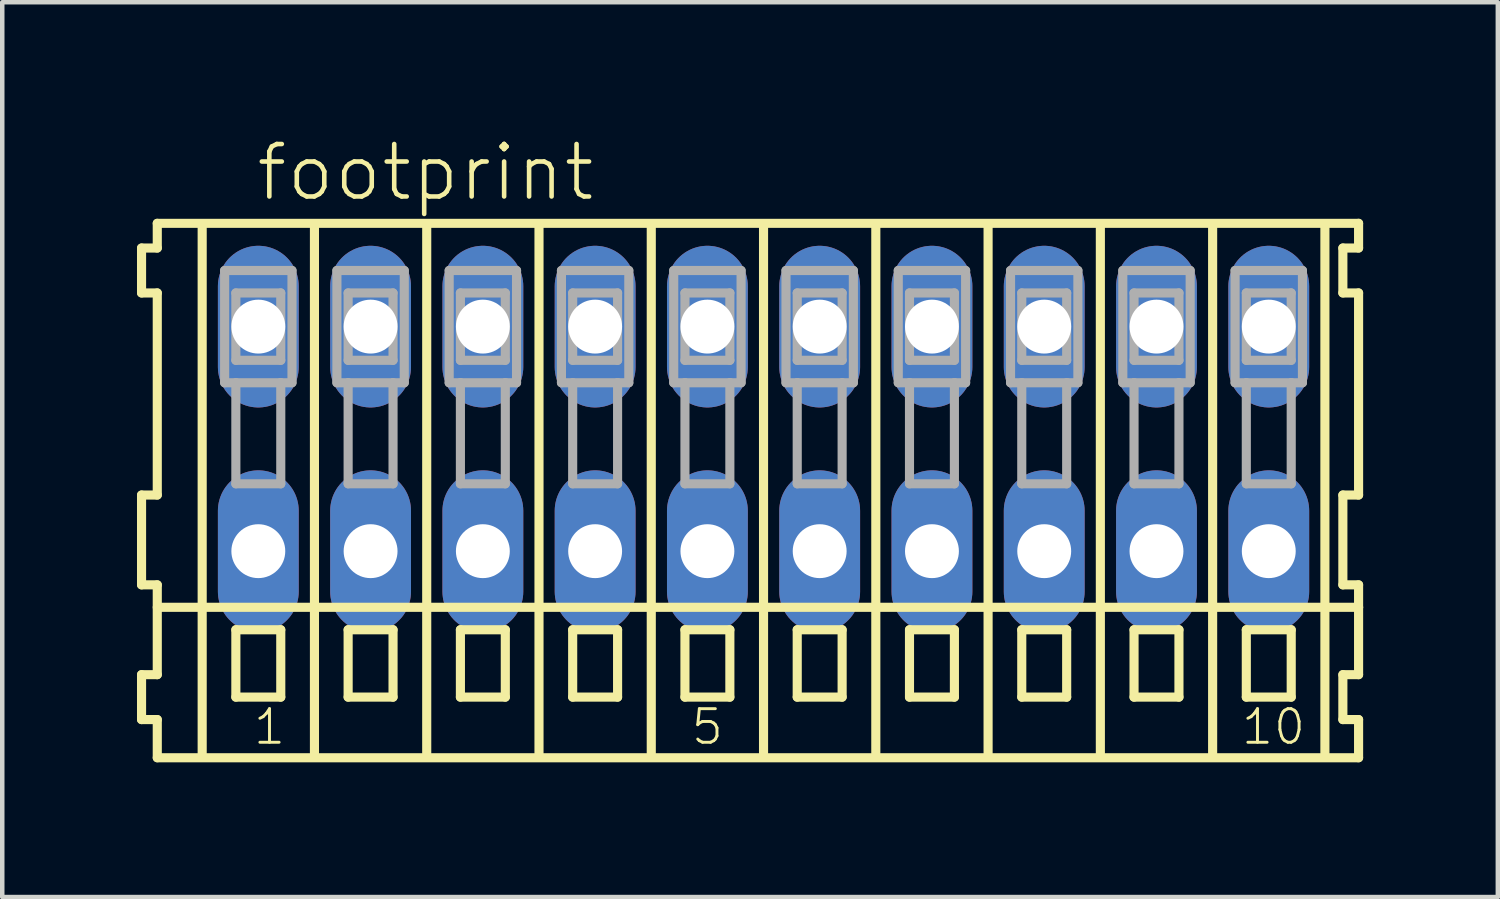
<source format=kicad_pcb>
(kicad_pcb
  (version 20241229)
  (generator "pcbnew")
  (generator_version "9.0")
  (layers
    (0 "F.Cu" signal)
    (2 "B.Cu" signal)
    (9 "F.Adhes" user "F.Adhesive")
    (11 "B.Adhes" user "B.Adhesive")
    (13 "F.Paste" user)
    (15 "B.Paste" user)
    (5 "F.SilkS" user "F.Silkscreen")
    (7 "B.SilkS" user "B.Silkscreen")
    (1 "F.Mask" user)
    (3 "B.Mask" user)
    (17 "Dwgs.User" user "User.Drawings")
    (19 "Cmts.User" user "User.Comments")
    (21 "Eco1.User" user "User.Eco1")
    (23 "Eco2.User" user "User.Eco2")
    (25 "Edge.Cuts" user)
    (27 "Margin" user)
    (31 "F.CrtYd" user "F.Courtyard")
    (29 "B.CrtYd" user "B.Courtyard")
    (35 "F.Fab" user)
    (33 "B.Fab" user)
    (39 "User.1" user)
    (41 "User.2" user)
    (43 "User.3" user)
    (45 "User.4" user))
  (footprint "footprint"
    (layer "F.Cu")
    (at 13.952 6.723)
    (property "Reference" "footprint" (at -11.35 -5.25 0) (layer "F.SilkS") (effects (font (size 1.168 1.168) (thickness 0.102)) (justify left bottom)))
    (fp_line (start -13.85 -4.25) (end -13.85 -3.25) (stroke (width 0.203) (type solid)) (layer "F.SilkS"))
    (fp_line (start -13.85 -3.25) (end -13.5 -3.25) (stroke (width 0.203) (type solid)) (layer "F.SilkS"))
    (fp_line (start -13.85 1.25) (end -13.85 3.25) (stroke (width 0.203) (type solid)) (layer "F.SilkS"))
    (fp_line (start -13.85 3.25) (end -13.5 3.25) (stroke (width 0.203) (type solid)) (layer "F.SilkS"))
    (fp_line (start -13.85 5.25) (end -13.85 6.25) (stroke (width 0.203) (type solid)) (layer "F.SilkS"))
    (fp_line (start -13.85 6.25) (end -13.5 6.25) (stroke (width 0.203) (type solid)) (layer "F.SilkS"))
    (fp_line (start -13.5 -4.8) (end -13.5 -4.25) (stroke (width 0.203) (type solid)) (layer "F.SilkS"))
    (fp_line (start -13.5 -4.25) (end -13.85 -4.25) (stroke (width 0.203) (type solid)) (layer "F.SilkS"))
    (fp_line (start -13.5 -3.25) (end -13.5 1.25) (stroke (width 0.203) (type solid)) (layer "F.SilkS"))
    (fp_line (start -13.5 1.25) (end -13.85 1.25) (stroke (width 0.203) (type solid)) (layer "F.SilkS"))
    (fp_line (start -13.5 3.25) (end -13.5 5.25) (stroke (width 0.203) (type solid)) (layer "F.SilkS"))
    (fp_line (start -13.5 3.75) (end 13.25 3.75) (stroke (width 0.203) (type solid)) (layer "F.SilkS"))
    (fp_line (start -13.5 5.25) (end -13.85 5.25) (stroke (width 0.203) (type solid)) (layer "F.SilkS"))
    (fp_line (start -13.5 6.25) (end -13.5 7.1) (stroke (width 0.203) (type solid)) (layer "F.SilkS"))
    (fp_line (start -13.5 7.1) (end 13.25 7.1) (stroke (width 0.203) (type solid)) (layer "F.SilkS"))
    (fp_line (start -12.5 -4.75) (end -12.5 7) (stroke (width 0.203) (type solid)) (layer "F.SilkS"))
    (fp_line (start -11.75 4.25) (end -11.75 5.75) (stroke (width 0.203) (type solid)) (layer "F.SilkS"))
    (fp_line (start -11.75 5.75) (end -10.75 5.75) (stroke (width 0.203) (type solid)) (layer "F.SilkS"))
    (fp_line (start -10.75 4.25) (end -11.75 4.25) (stroke (width 0.203) (type solid)) (layer "F.SilkS"))
    (fp_line (start -10.75 5.75) (end -10.75 4.25) (stroke (width 0.203) (type solid)) (layer "F.SilkS"))
    (fp_line (start -10 -4.75) (end -10 7) (stroke (width 0.203) (type solid)) (layer "F.SilkS"))
    (fp_line (start -9.25 4.25) (end -9.25 5.75) (stroke (width 0.203) (type solid)) (layer "F.SilkS"))
    (fp_line (start -9.25 5.75) (end -8.25 5.75) (stroke (width 0.203) (type solid)) (layer "F.SilkS"))
    (fp_line (start -8.25 4.25) (end -9.25 4.25) (stroke (width 0.203) (type solid)) (layer "F.SilkS"))
    (fp_line (start -8.25 5.75) (end -8.25 4.25) (stroke (width 0.203) (type solid)) (layer "F.SilkS"))
    (fp_line (start -7.5 -4.75) (end -7.5 7) (stroke (width 0.203) (type solid)) (layer "F.SilkS"))
    (fp_line (start -6.75 4.25) (end -6.75 5.75) (stroke (width 0.203) (type solid)) (layer "F.SilkS"))
    (fp_line (start -6.75 5.75) (end -5.75 5.75) (stroke (width 0.203) (type solid)) (layer "F.SilkS"))
    (fp_line (start -5.75 4.25) (end -6.75 4.25) (stroke (width 0.203) (type solid)) (layer "F.SilkS"))
    (fp_line (start -5.75 5.75) (end -5.75 4.25) (stroke (width 0.203) (type solid)) (layer "F.SilkS"))
    (fp_line (start -5 -4.75) (end -5 7) (stroke (width 0.203) (type solid)) (layer "F.SilkS"))
    (fp_line (start -4.25 4.25) (end -4.25 5.75) (stroke (width 0.203) (type solid)) (layer "F.SilkS"))
    (fp_line (start -4.25 5.75) (end -3.25 5.75) (stroke (width 0.203) (type solid)) (layer "F.SilkS"))
    (fp_line (start -3.25 4.25) (end -4.25 4.25) (stroke (width 0.203) (type solid)) (layer "F.SilkS"))
    (fp_line (start -3.25 5.75) (end -3.25 4.25) (stroke (width 0.203) (type solid)) (layer "F.SilkS"))
    (fp_line (start -2.5 -4.75) (end -2.5 7) (stroke (width 0.203) (type solid)) (layer "F.SilkS"))
    (fp_line (start -1.75 4.25) (end -1.75 5.75) (stroke (width 0.203) (type solid)) (layer "F.SilkS"))
    (fp_line (start -1.75 5.75) (end -0.75 5.75) (stroke (width 0.203) (type solid)) (layer "F.SilkS"))
    (fp_line (start -0.75 4.25) (end -1.75 4.25) (stroke (width 0.203) (type solid)) (layer "F.SilkS"))
    (fp_line (start -0.75 5.75) (end -0.75 4.25) (stroke (width 0.203) (type solid)) (layer "F.SilkS"))
    (fp_line (start 0 -4.75) (end 0 7) (stroke (width 0.203) (type solid)) (layer "F.SilkS"))
    (fp_line (start 0.75 4.25) (end 0.75 5.75) (stroke (width 0.203) (type solid)) (layer "F.SilkS"))
    (fp_line (start 0.75 5.75) (end 1.75 5.75) (stroke (width 0.203) (type solid)) (layer "F.SilkS"))
    (fp_line (start 1.75 4.25) (end 0.75 4.25) (stroke (width 0.203) (type solid)) (layer "F.SilkS"))
    (fp_line (start 1.75 5.75) (end 1.75 4.25) (stroke (width 0.203) (type solid)) (layer "F.SilkS"))
    (fp_line (start 2.5 -4.75) (end 2.5 7) (stroke (width 0.203) (type solid)) (layer "F.SilkS"))
    (fp_line (start 3.25 4.25) (end 3.25 5.75) (stroke (width 0.203) (type solid)) (layer "F.SilkS"))
    (fp_line (start 3.25 5.75) (end 4.25 5.75) (stroke (width 0.203) (type solid)) (layer "F.SilkS"))
    (fp_line (start 4.25 4.25) (end 3.25 4.25) (stroke (width 0.203) (type solid)) (layer "F.SilkS"))
    (fp_line (start 4.25 5.75) (end 4.25 4.25) (stroke (width 0.203) (type solid)) (layer "F.SilkS"))
    (fp_line (start 5 -4.75) (end 5 7) (stroke (width 0.203) (type solid)) (layer "F.SilkS"))
    (fp_line (start 5.75 4.25) (end 5.75 5.75) (stroke (width 0.203) (type solid)) (layer "F.SilkS"))
    (fp_line (start 5.75 5.75) (end 6.75 5.75) (stroke (width 0.203) (type solid)) (layer "F.SilkS"))
    (fp_line (start 6.75 4.25) (end 5.75 4.25) (stroke (width 0.203) (type solid)) (layer "F.SilkS"))
    (fp_line (start 6.75 5.75) (end 6.75 4.25) (stroke (width 0.203) (type solid)) (layer "F.SilkS"))
    (fp_line (start 7.5 -4.75) (end 7.5 7) (stroke (width 0.203) (type solid)) (layer "F.SilkS"))
    (fp_line (start 8.25 4.25) (end 8.25 5.75) (stroke (width 0.203) (type solid)) (layer "F.SilkS"))
    (fp_line (start 8.25 5.75) (end 9.25 5.75) (stroke (width 0.203) (type solid)) (layer "F.SilkS"))
    (fp_line (start 9.25 4.25) (end 8.25 4.25) (stroke (width 0.203) (type solid)) (layer "F.SilkS"))
    (fp_line (start 9.25 5.75) (end 9.25 4.25) (stroke (width 0.203) (type solid)) (layer "F.SilkS"))
    (fp_line (start 10 -4.75) (end 10 7) (stroke (width 0.203) (type solid)) (layer "F.SilkS"))
    (fp_line (start 10.75 4.25) (end 10.75 5.75) (stroke (width 0.203) (type solid)) (layer "F.SilkS"))
    (fp_line (start 10.75 5.75) (end 11.75 5.75) (stroke (width 0.203) (type solid)) (layer "F.SilkS"))
    (fp_line (start 11.75 4.25) (end 10.75 4.25) (stroke (width 0.203) (type solid)) (layer "F.SilkS"))
    (fp_line (start 11.75 5.75) (end 11.75 4.25) (stroke (width 0.203) (type solid)) (layer "F.SilkS"))
    (fp_line (start 12.5 -4.75) (end 12.5 7) (stroke (width 0.203) (type solid)) (layer "F.SilkS"))
    (fp_line (start 12.9 -4.25) (end 12.9 -3.25) (stroke (width 0.203) (type solid)) (layer "F.SilkS"))
    (fp_line (start 12.9 -3.25) (end 13.25 -3.25) (stroke (width 0.203) (type solid)) (layer "F.SilkS"))
    (fp_line (start 12.9 1.25) (end 12.9 3.25) (stroke (width 0.203) (type solid)) (layer "F.SilkS"))
    (fp_line (start 12.9 3.25) (end 13.25 3.25) (stroke (width 0.203) (type solid)) (layer "F.SilkS"))
    (fp_line (start 12.9 5.25) (end 12.9 6.25) (stroke (width 0.203) (type solid)) (layer "F.SilkS"))
    (fp_line (start 12.9 6.25) (end 13.25 6.25) (stroke (width 0.203) (type solid)) (layer "F.SilkS"))
    (fp_line (start 13.25 -4.8) (end -13.5 -4.8) (stroke (width 0.203) (type solid)) (layer "F.SilkS"))
    (fp_line (start 13.25 -4.25) (end 12.9 -4.25) (stroke (width 0.203) (type solid)) (layer "F.SilkS"))
    (fp_line (start 13.25 -4.25) (end 13.25 -4.8) (stroke (width 0.203) (type solid)) (layer "F.SilkS"))
    (fp_line (start 13.25 1.25) (end 12.9 1.25) (stroke (width 0.203) (type solid)) (layer "F.SilkS"))
    (fp_line (start 13.25 1.25) (end 13.25 -3.25) (stroke (width 0.203) (type solid)) (layer "F.SilkS"))
    (fp_line (start 13.25 3.75) (end 13.25 3.25) (stroke (width 0.203) (type solid)) (layer "F.SilkS"))
    (fp_line (start 13.25 5.25) (end 12.9 5.25) (stroke (width 0.203) (type solid)) (layer "F.SilkS"))
    (fp_line (start 13.25 5.25) (end 13.25 3.75) (stroke (width 0.203) (type solid)) (layer "F.SilkS"))
    (fp_line (start 13.25 7.1) (end 13.25 6.25) (stroke (width 0.203) (type solid)) (layer "F.SilkS"))
    (fp_line (start -12 -3.75) (end -12 -1.25) (stroke (width 0.203) (type solid)) (layer "F.Fab"))
    (fp_line (start -12 -1.25) (end -11.75 -1.25) (stroke (width 0.203) (type solid)) (layer "F.Fab"))
    (fp_line (start -11.75 -3.25) (end -11.75 -1.75) (stroke (width 0.203) (type solid)) (layer "F.Fab"))
    (fp_line (start -11.75 -1.75) (end -10.75 -1.75) (stroke (width 0.203) (type solid)) (layer "F.Fab"))
    (fp_line (start -11.75 -1.25) (end -11.75 1) (stroke (width 0.203) (type solid)) (layer "F.Fab"))
    (fp_line (start -11.75 -1.25) (end -10.75 -1.25) (stroke (width 0.203) (type solid)) (layer "F.Fab"))
    (fp_line (start -11.75 1) (end -10.75 1) (stroke (width 0.203) (type solid)) (layer "F.Fab"))
    (fp_line (start -10.75 -3.25) (end -11.75 -3.25) (stroke (width 0.203) (type solid)) (layer "F.Fab"))
    (fp_line (start -10.75 -1.75) (end -10.75 -3.25) (stroke (width 0.203) (type solid)) (layer "F.Fab"))
    (fp_line (start -10.75 -1.25) (end -10.5 -1.25) (stroke (width 0.203) (type solid)) (layer "F.Fab"))
    (fp_line (start -10.75 1) (end -10.75 -1.25) (stroke (width 0.203) (type solid)) (layer "F.Fab"))
    (fp_line (start -10.5 -3.75) (end -12 -3.75) (stroke (width 0.203) (type solid)) (layer "F.Fab"))
    (fp_line (start -10.5 -1.25) (end -10.5 -3.75) (stroke (width 0.203) (type solid)) (layer "F.Fab"))
    (fp_line (start -9.5 -3.75) (end -9.5 -1.25) (stroke (width 0.203) (type solid)) (layer "F.Fab"))
    (fp_line (start -9.5 -1.25) (end -9.25 -1.25) (stroke (width 0.203) (type solid)) (layer "F.Fab"))
    (fp_line (start -9.25 -3.25) (end -9.25 -1.75) (stroke (width 0.203) (type solid)) (layer "F.Fab"))
    (fp_line (start -9.25 -1.75) (end -8.25 -1.75) (stroke (width 0.203) (type solid)) (layer "F.Fab"))
    (fp_line (start -9.25 -1.25) (end -9.25 1) (stroke (width 0.203) (type solid)) (layer "F.Fab"))
    (fp_line (start -9.25 -1.25) (end -8.25 -1.25) (stroke (width 0.203) (type solid)) (layer "F.Fab"))
    (fp_line (start -9.25 1) (end -8.25 1) (stroke (width 0.203) (type solid)) (layer "F.Fab"))
    (fp_line (start -8.25 -3.25) (end -9.25 -3.25) (stroke (width 0.203) (type solid)) (layer "F.Fab"))
    (fp_line (start -8.25 -1.75) (end -8.25 -3.25) (stroke (width 0.203) (type solid)) (layer "F.Fab"))
    (fp_line (start -8.25 -1.25) (end -8 -1.25) (stroke (width 0.203) (type solid)) (layer "F.Fab"))
    (fp_line (start -8.25 1) (end -8.25 -1.25) (stroke (width 0.203) (type solid)) (layer "F.Fab"))
    (fp_line (start -8 -3.75) (end -9.5 -3.75) (stroke (width 0.203) (type solid)) (layer "F.Fab"))
    (fp_line (start -8 -1.25) (end -8 -3.75) (stroke (width 0.203) (type solid)) (layer "F.Fab"))
    (fp_line (start -7 -3.75) (end -7 -1.25) (stroke (width 0.203) (type solid)) (layer "F.Fab"))
    (fp_line (start -7 -1.25) (end -6.75 -1.25) (stroke (width 0.203) (type solid)) (layer "F.Fab"))
    (fp_line (start -6.75 -3.25) (end -6.75 -1.75) (stroke (width 0.203) (type solid)) (layer "F.Fab"))
    (fp_line (start -6.75 -1.75) (end -5.75 -1.75) (stroke (width 0.203) (type solid)) (layer "F.Fab"))
    (fp_line (start -6.75 -1.25) (end -6.75 1) (stroke (width 0.203) (type solid)) (layer "F.Fab"))
    (fp_line (start -6.75 -1.25) (end -5.75 -1.25) (stroke (width 0.203) (type solid)) (layer "F.Fab"))
    (fp_line (start -6.75 1) (end -5.75 1) (stroke (width 0.203) (type solid)) (layer "F.Fab"))
    (fp_line (start -5.75 -3.25) (end -6.75 -3.25) (stroke (width 0.203) (type solid)) (layer "F.Fab"))
    (fp_line (start -5.75 -1.75) (end -5.75 -3.25) (stroke (width 0.203) (type solid)) (layer "F.Fab"))
    (fp_line (start -5.75 -1.25) (end -5.5 -1.25) (stroke (width 0.203) (type solid)) (layer "F.Fab"))
    (fp_line (start -5.75 1) (end -5.75 -1.25) (stroke (width 0.203) (type solid)) (layer "F.Fab"))
    (fp_line (start -5.5 -3.75) (end -7 -3.75) (stroke (width 0.203) (type solid)) (layer "F.Fab"))
    (fp_line (start -5.5 -1.25) (end -5.5 -3.75) (stroke (width 0.203) (type solid)) (layer "F.Fab"))
    (fp_line (start -4.5 -3.75) (end -4.5 -1.25) (stroke (width 0.203) (type solid)) (layer "F.Fab"))
    (fp_line (start -4.5 -1.25) (end -4.25 -1.25) (stroke (width 0.203) (type solid)) (layer "F.Fab"))
    (fp_line (start -4.25 -3.25) (end -4.25 -1.75) (stroke (width 0.203) (type solid)) (layer "F.Fab"))
    (fp_line (start -4.25 -1.75) (end -3.25 -1.75) (stroke (width 0.203) (type solid)) (layer "F.Fab"))
    (fp_line (start -4.25 -1.25) (end -4.25 1) (stroke (width 0.203) (type solid)) (layer "F.Fab"))
    (fp_line (start -4.25 -1.25) (end -3.25 -1.25) (stroke (width 0.203) (type solid)) (layer "F.Fab"))
    (fp_line (start -4.25 1) (end -3.25 1) (stroke (width 0.203) (type solid)) (layer "F.Fab"))
    (fp_line (start -3.25 -3.25) (end -4.25 -3.25) (stroke (width 0.203) (type solid)) (layer "F.Fab"))
    (fp_line (start -3.25 -1.75) (end -3.25 -3.25) (stroke (width 0.203) (type solid)) (layer "F.Fab"))
    (fp_line (start -3.25 -1.25) (end -3 -1.25) (stroke (width 0.203) (type solid)) (layer "F.Fab"))
    (fp_line (start -3.25 1) (end -3.25 -1.25) (stroke (width 0.203) (type solid)) (layer "F.Fab"))
    (fp_line (start -3 -3.75) (end -4.5 -3.75) (stroke (width 0.203) (type solid)) (layer "F.Fab"))
    (fp_line (start -3 -1.25) (end -3 -3.75) (stroke (width 0.203) (type solid)) (layer "F.Fab"))
    (fp_line (start -2 -3.75) (end -2 -1.25) (stroke (width 0.203) (type solid)) (layer "F.Fab"))
    (fp_line (start -2 -1.25) (end -1.75 -1.25) (stroke (width 0.203) (type solid)) (layer "F.Fab"))
    (fp_line (start -1.75 -3.25) (end -1.75 -1.75) (stroke (width 0.203) (type solid)) (layer "F.Fab"))
    (fp_line (start -1.75 -1.75) (end -0.75 -1.75) (stroke (width 0.203) (type solid)) (layer "F.Fab"))
    (fp_line (start -1.75 -1.25) (end -1.75 1) (stroke (width 0.203) (type solid)) (layer "F.Fab"))
    (fp_line (start -1.75 -1.25) (end -0.75 -1.25) (stroke (width 0.203) (type solid)) (layer "F.Fab"))
    (fp_line (start -1.75 1) (end -0.75 1) (stroke (width 0.203) (type solid)) (layer "F.Fab"))
    (fp_line (start -0.75 -3.25) (end -1.75 -3.25) (stroke (width 0.203) (type solid)) (layer "F.Fab"))
    (fp_line (start -0.75 -1.75) (end -0.75 -3.25) (stroke (width 0.203) (type solid)) (layer "F.Fab"))
    (fp_line (start -0.75 -1.25) (end -0.5 -1.25) (stroke (width 0.203) (type solid)) (layer "F.Fab"))
    (fp_line (start -0.75 1) (end -0.75 -1.25) (stroke (width 0.203) (type solid)) (layer "F.Fab"))
    (fp_line (start -0.5 -3.75) (end -2 -3.75) (stroke (width 0.203) (type solid)) (layer "F.Fab"))
    (fp_line (start -0.5 -1.25) (end -0.5 -3.75) (stroke (width 0.203) (type solid)) (layer "F.Fab"))
    (fp_line (start 0.5 -3.75) (end 0.5 -1.25) (stroke (width 0.203) (type solid)) (layer "F.Fab"))
    (fp_line (start 0.5 -1.25) (end 0.75 -1.25) (stroke (width 0.203) (type solid)) (layer "F.Fab"))
    (fp_line (start 0.75 -3.25) (end 0.75 -1.75) (stroke (width 0.203) (type solid)) (layer "F.Fab"))
    (fp_line (start 0.75 -1.75) (end 1.75 -1.75) (stroke (width 0.203) (type solid)) (layer "F.Fab"))
    (fp_line (start 0.75 -1.25) (end 0.75 1) (stroke (width 0.203) (type solid)) (layer "F.Fab"))
    (fp_line (start 0.75 -1.25) (end 1.75 -1.25) (stroke (width 0.203) (type solid)) (layer "F.Fab"))
    (fp_line (start 0.75 1) (end 1.75 1) (stroke (width 0.203) (type solid)) (layer "F.Fab"))
    (fp_line (start 1.75 -3.25) (end 0.75 -3.25) (stroke (width 0.203) (type solid)) (layer "F.Fab"))
    (fp_line (start 1.75 -1.75) (end 1.75 -3.25) (stroke (width 0.203) (type solid)) (layer "F.Fab"))
    (fp_line (start 1.75 -1.25) (end 2 -1.25) (stroke (width 0.203) (type solid)) (layer "F.Fab"))
    (fp_line (start 1.75 1) (end 1.75 -1.25) (stroke (width 0.203) (type solid)) (layer "F.Fab"))
    (fp_line (start 2 -3.75) (end 0.5 -3.75) (stroke (width 0.203) (type solid)) (layer "F.Fab"))
    (fp_line (start 2 -1.25) (end 2 -3.75) (stroke (width 0.203) (type solid)) (layer "F.Fab"))
    (fp_line (start 3 -3.75) (end 3 -1.25) (stroke (width 0.203) (type solid)) (layer "F.Fab"))
    (fp_line (start 3 -1.25) (end 3.25 -1.25) (stroke (width 0.203) (type solid)) (layer "F.Fab"))
    (fp_line (start 3.25 -3.25) (end 3.25 -1.75) (stroke (width 0.203) (type solid)) (layer "F.Fab"))
    (fp_line (start 3.25 -1.75) (end 4.25 -1.75) (stroke (width 0.203) (type solid)) (layer "F.Fab"))
    (fp_line (start 3.25 -1.25) (end 3.25 1) (stroke (width 0.203) (type solid)) (layer "F.Fab"))
    (fp_line (start 3.25 -1.25) (end 4.25 -1.25) (stroke (width 0.203) (type solid)) (layer "F.Fab"))
    (fp_line (start 3.25 1) (end 4.25 1) (stroke (width 0.203) (type solid)) (layer "F.Fab"))
    (fp_line (start 4.25 -3.25) (end 3.25 -3.25) (stroke (width 0.203) (type solid)) (layer "F.Fab"))
    (fp_line (start 4.25 -1.75) (end 4.25 -3.25) (stroke (width 0.203) (type solid)) (layer "F.Fab"))
    (fp_line (start 4.25 -1.25) (end 4.5 -1.25) (stroke (width 0.203) (type solid)) (layer "F.Fab"))
    (fp_line (start 4.25 1) (end 4.25 -1.25) (stroke (width 0.203) (type solid)) (layer "F.Fab"))
    (fp_line (start 4.5 -3.75) (end 3 -3.75) (stroke (width 0.203) (type solid)) (layer "F.Fab"))
    (fp_line (start 4.5 -1.25) (end 4.5 -3.75) (stroke (width 0.203) (type solid)) (layer "F.Fab"))
    (fp_line (start 5.5 -3.75) (end 5.5 -1.25) (stroke (width 0.203) (type solid)) (layer "F.Fab"))
    (fp_line (start 5.5 -1.25) (end 5.75 -1.25) (stroke (width 0.203) (type solid)) (layer "F.Fab"))
    (fp_line (start 5.75 -3.25) (end 5.75 -1.75) (stroke (width 0.203) (type solid)) (layer "F.Fab"))
    (fp_line (start 5.75 -1.75) (end 6.75 -1.75) (stroke (width 0.203) (type solid)) (layer "F.Fab"))
    (fp_line (start 5.75 -1.25) (end 5.75 1) (stroke (width 0.203) (type solid)) (layer "F.Fab"))
    (fp_line (start 5.75 -1.25) (end 6.75 -1.25) (stroke (width 0.203) (type solid)) (layer "F.Fab"))
    (fp_line (start 5.75 1) (end 6.75 1) (stroke (width 0.203) (type solid)) (layer "F.Fab"))
    (fp_line (start 6.75 -3.25) (end 5.75 -3.25) (stroke (width 0.203) (type solid)) (layer "F.Fab"))
    (fp_line (start 6.75 -1.75) (end 6.75 -3.25) (stroke (width 0.203) (type solid)) (layer "F.Fab"))
    (fp_line (start 6.75 -1.25) (end 7 -1.25) (stroke (width 0.203) (type solid)) (layer "F.Fab"))
    (fp_line (start 6.75 1) (end 6.75 -1.25) (stroke (width 0.203) (type solid)) (layer "F.Fab"))
    (fp_line (start 7 -3.75) (end 5.5 -3.75) (stroke (width 0.203) (type solid)) (layer "F.Fab"))
    (fp_line (start 7 -1.25) (end 7 -3.75) (stroke (width 0.203) (type solid)) (layer "F.Fab"))
    (fp_line (start 8 -3.75) (end 8 -1.25) (stroke (width 0.203) (type solid)) (layer "F.Fab"))
    (fp_line (start 8 -1.25) (end 8.25 -1.25) (stroke (width 0.203) (type solid)) (layer "F.Fab"))
    (fp_line (start 8.25 -3.25) (end 8.25 -1.75) (stroke (width 0.203) (type solid)) (layer "F.Fab"))
    (fp_line (start 8.25 -1.75) (end 9.25 -1.75) (stroke (width 0.203) (type solid)) (layer "F.Fab"))
    (fp_line (start 8.25 -1.25) (end 8.25 1) (stroke (width 0.203) (type solid)) (layer "F.Fab"))
    (fp_line (start 8.25 -1.25) (end 9.25 -1.25) (stroke (width 0.203) (type solid)) (layer "F.Fab"))
    (fp_line (start 8.25 1) (end 9.25 1) (stroke (width 0.203) (type solid)) (layer "F.Fab"))
    (fp_line (start 9.25 -3.25) (end 8.25 -3.25) (stroke (width 0.203) (type solid)) (layer "F.Fab"))
    (fp_line (start 9.25 -1.75) (end 9.25 -3.25) (stroke (width 0.203) (type solid)) (layer "F.Fab"))
    (fp_line (start 9.25 -1.25) (end 9.5 -1.25) (stroke (width 0.203) (type solid)) (layer "F.Fab"))
    (fp_line (start 9.25 1) (end 9.25 -1.25) (stroke (width 0.203) (type solid)) (layer "F.Fab"))
    (fp_line (start 9.5 -3.75) (end 8 -3.75) (stroke (width 0.203) (type solid)) (layer "F.Fab"))
    (fp_line (start 9.5 -1.25) (end 9.5 -3.75) (stroke (width 0.203) (type solid)) (layer "F.Fab"))
    (fp_line (start 10.5 -3.75) (end 10.5 -1.25) (stroke (width 0.203) (type solid)) (layer "F.Fab"))
    (fp_line (start 10.5 -1.25) (end 10.75 -1.25) (stroke (width 0.203) (type solid)) (layer "F.Fab"))
    (fp_line (start 10.75 -3.25) (end 10.75 -1.75) (stroke (width 0.203) (type solid)) (layer "F.Fab"))
    (fp_line (start 10.75 -1.75) (end 11.75 -1.75) (stroke (width 0.203) (type solid)) (layer "F.Fab"))
    (fp_line (start 10.75 -1.25) (end 10.75 1) (stroke (width 0.203) (type solid)) (layer "F.Fab"))
    (fp_line (start 10.75 -1.25) (end 11.75 -1.25) (stroke (width 0.203) (type solid)) (layer "F.Fab"))
    (fp_line (start 10.75 1) (end 11.75 1) (stroke (width 0.203) (type solid)) (layer "F.Fab"))
    (fp_line (start 11.75 -3.25) (end 10.75 -3.25) (stroke (width 0.203) (type solid)) (layer "F.Fab"))
    (fp_line (start 11.75 -1.75) (end 11.75 -3.25) (stroke (width 0.203) (type solid)) (layer "F.Fab"))
    (fp_line (start 11.75 -1.25) (end 12 -1.25) (stroke (width 0.203) (type solid)) (layer "F.Fab"))
    (fp_line (start 11.75 1) (end 11.75 -1.25) (stroke (width 0.203) (type solid)) (layer "F.Fab"))
    (fp_line (start 12 -3.75) (end 10.5 -3.75) (stroke (width 0.203) (type solid)) (layer "F.Fab"))
    (fp_line (start 12 -1.25) (end 12 -3.75) (stroke (width 0.203) (type solid)) (layer "F.Fab"))
    (fp_text user "1" (at -11.4 6.85 0) (layer "F.SilkS") (effects (font (size 0.748 0.748) (thickness 0.065)) (justify left bottom)))
    (fp_text user "10" (at 10.6 6.85 0) (layer "F.SilkS") (effects (font (size 0.748 0.748) (thickness 0.065)) (justify left bottom)))
    (fp_text user "5" (at -1.65 6.85 0) (layer "F.SilkS") (effects (font (size 0.748 0.748) (thickness 0.065)) (justify left bottom)))
    (pad "A1" thru_hole oval (at -11.25 -2.5 90) (size 3.6 1.8) (drill 1.2) (layers "*.Cu" "*.Mask"))
    (pad "A2" thru_hole oval (at -8.75 -2.5 90) (size 3.6 1.8) (drill 1.2) (layers "*.Cu" "*.Mask"))
    (pad "A3" thru_hole oval (at -6.25 -2.5 90) (size 3.6 1.8) (drill 1.2) (layers "*.Cu" "*.Mask"))
    (pad "A4" thru_hole oval (at -3.75 -2.5 90) (size 3.6 1.8) (drill 1.2) (layers "*.Cu" "*.Mask"))
    (pad "A5" thru_hole oval (at -1.25 -2.5 90) (size 3.6 1.8) (drill 1.2) (layers "*.Cu" "*.Mask"))
    (pad "A6" thru_hole oval (at 1.25 -2.5 90) (size 3.6 1.8) (drill 1.2) (layers "*.Cu" "*.Mask"))
    (pad "A7" thru_hole oval (at 3.75 -2.5 90) (size 3.6 1.8) (drill 1.2) (layers "*.Cu" "*.Mask"))
    (pad "A8" thru_hole oval (at 6.25 -2.5 90) (size 3.6 1.8) (drill 1.2) (layers "*.Cu" "*.Mask"))
    (pad "A9" thru_hole oval (at 8.75 -2.5 90) (size 3.6 1.8) (drill 1.2) (layers "*.Cu" "*.Mask"))
    (pad "A10" thru_hole oval (at 11.25 -2.5 90) (size 3.6 1.8) (drill 1.2) (layers "*.Cu" "*.Mask"))
    (pad "B1" thru_hole oval (at -11.25 2.5 90) (size 3.6 1.8) (drill 1.2) (layers "*.Cu" "*.Mask"))
    (pad "B2" thru_hole oval (at -8.75 2.5 90) (size 3.6 1.8) (drill 1.2) (layers "*.Cu" "*.Mask"))
    (pad "B3" thru_hole oval (at -6.25 2.5 90) (size 3.6 1.8) (drill 1.2) (layers "*.Cu" "*.Mask"))
    (pad "B4" thru_hole oval (at -3.75 2.5 90) (size 3.6 1.8) (drill 1.2) (layers "*.Cu" "*.Mask"))
    (pad "B5" thru_hole oval (at -1.25 2.5 90) (size 3.6 1.8) (drill 1.2) (layers "*.Cu" "*.Mask"))
    (pad "B6" thru_hole oval (at 1.25 2.5 90) (size 3.6 1.8) (drill 1.2) (layers "*.Cu" "*.Mask"))
    (pad "B7" thru_hole oval (at 3.75 2.5 90) (size 3.6 1.8) (drill 1.2) (layers "*.Cu" "*.Mask"))
    (pad "B8" thru_hole oval (at 6.25 2.5 90) (size 3.6 1.8) (drill 1.2) (layers "*.Cu" "*.Mask"))
    (pad "B9" thru_hole oval (at 8.75 2.5 90) (size 3.6 1.8) (drill 1.2) (layers "*.Cu" "*.Mask"))
    (pad "B10" thru_hole oval (at 11.25 2.5 90) (size 3.6 1.8) (drill 1.2) (layers "*.Cu" "*.Mask")))
  (gr_rect
    (start -3 -3)
    (end 30.303 16.925)
    (stroke (width 0.1) (type default))
    (fill no)
    (layer "Edge.Cuts")))
</source>
